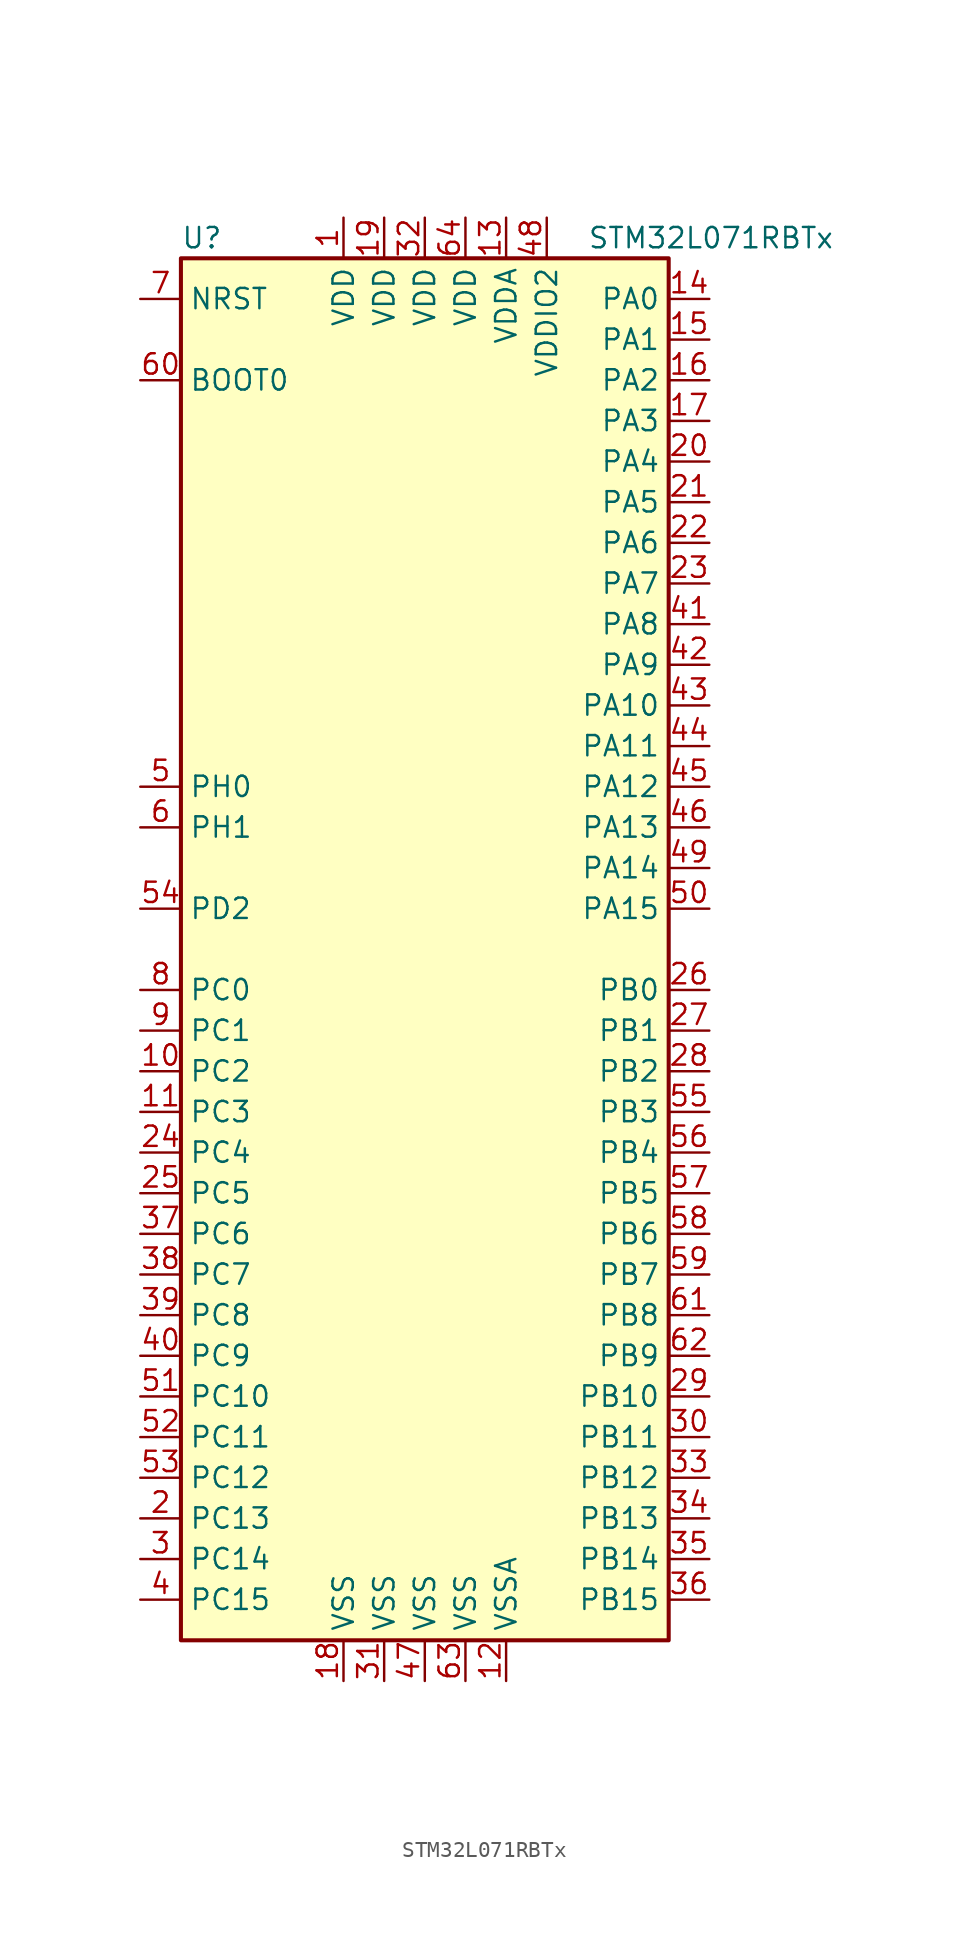
<source format=kicad_sym>
(kicad_symbol_lib
  (version 20211014)
  (generator kicad_symbol_editor)
  (symbol "STM32L071RBTx"
    (property "Reference" "U"
      (at -15.24 44.45 0)
      (effects (font (size 1.27 1.27)) (justify left)))
    (property "Value" "STM32L071RBTx"
      (at 10.16 44.45 0)
      (effects (font (size 1.27 1.27)) (justify left)))
    (symbol "STM32L071RBTx_0_1"
      (rectangle (start -15.24 -43.18) (end 15.24 43.18) (stroke (width 0.254) (type default) (color 0 0 0 0)) (fill (type background))))
    (symbol "STM32L071RBTx_1_1"
      (pin power_in line (at -5.08 45.72 270) (length 2.54) (name "VDD" (effects (font (size 1.27 1.27)))) (number "1" (effects (font (size 1.27 1.27)))))
      (pin bidirectional line (at -17.78 -7.62 0) (length 2.54) (name "PC2" (effects (font (size 1.27 1.27)))) (number "10" (effects (font (size 1.27 1.27)))))
      (pin bidirectional line (at -17.78 -10.16 0) (length 2.54) (name "PC3" (effects (font (size 1.27 1.27)))) (number "11" (effects (font (size 1.27 1.27)))))
      (pin power_in line (at 5.08 -45.72 90) (length 2.54) (name "VSSA" (effects (font (size 1.27 1.27)))) (number "12" (effects (font (size 1.27 1.27)))))
      (pin power_in line (at 5.08 45.72 270) (length 2.54) (name "VDDA" (effects (font (size 1.27 1.27)))) (number "13" (effects (font (size 1.27 1.27)))))
      (pin bidirectional line (at 17.78 40.64 180) (length 2.54) (name "PA0" (effects (font (size 1.27 1.27)))) (number "14" (effects (font (size 1.27 1.27)))))
      (pin bidirectional line (at 17.78 38.1 180) (length 2.54) (name "PA1" (effects (font (size 1.27 1.27)))) (number "15" (effects (font (size 1.27 1.27)))))
      (pin bidirectional line (at 17.78 35.56 180) (length 2.54) (name "PA2" (effects (font (size 1.27 1.27)))) (number "16" (effects (font (size 1.27 1.27)))))
      (pin bidirectional line (at 17.78 33.02 180) (length 2.54) (name "PA3" (effects (font (size 1.27 1.27)))) (number "17" (effects (font (size 1.27 1.27)))))
      (pin power_in line (at -5.08 -45.72 90) (length 2.54) (name "VSS" (effects (font (size 1.27 1.27)))) (number "18" (effects (font (size 1.27 1.27)))))
      (pin power_in line (at -2.54 45.72 270) (length 2.54) (name "VDD" (effects (font (size 1.27 1.27)))) (number "19" (effects (font (size 1.27 1.27)))))
      (pin bidirectional line (at -17.78 -35.56 0) (length 2.54) (name "PC13" (effects (font (size 1.27 1.27)))) (number "2" (effects (font (size 1.27 1.27)))))
      (pin bidirectional line (at 17.78 30.48 180) (length 2.54) (name "PA4" (effects (font (size 1.27 1.27)))) (number "20" (effects (font (size 1.27 1.27)))))
      (pin bidirectional line (at 17.78 27.94 180) (length 2.54) (name "PA5" (effects (font (size 1.27 1.27)))) (number "21" (effects (font (size 1.27 1.27)))))
      (pin bidirectional line (at 17.78 25.4 180) (length 2.54) (name "PA6" (effects (font (size 1.27 1.27)))) (number "22" (effects (font (size 1.27 1.27)))))
      (pin bidirectional line (at 17.78 22.86 180) (length 2.54) (name "PA7" (effects (font (size 1.27 1.27)))) (number "23" (effects (font (size 1.27 1.27)))))
      (pin bidirectional line (at -17.78 -12.7 0) (length 2.54) (name "PC4" (effects (font (size 1.27 1.27)))) (number "24" (effects (font (size 1.27 1.27)))))
      (pin bidirectional line (at -17.78 -15.24 0) (length 2.54) (name "PC5" (effects (font (size 1.27 1.27)))) (number "25" (effects (font (size 1.27 1.27)))))
      (pin bidirectional line (at 17.78 -2.54 180) (length 2.54) (name "PB0" (effects (font (size 1.27 1.27)))) (number "26" (effects (font (size 1.27 1.27)))))
      (pin bidirectional line (at 17.78 -5.08 180) (length 2.54) (name "PB1" (effects (font (size 1.27 1.27)))) (number "27" (effects (font (size 1.27 1.27)))))
      (pin bidirectional line (at 17.78 -7.62 180) (length 2.54) (name "PB2" (effects (font (size 1.27 1.27)))) (number "28" (effects (font (size 1.27 1.27)))))
      (pin bidirectional line (at 17.78 -27.94 180) (length 2.54) (name "PB10" (effects (font (size 1.27 1.27)))) (number "29" (effects (font (size 1.27 1.27)))))
      (pin bidirectional line (at -17.78 -38.1 0) (length 2.54) (name "PC14" (effects (font (size 1.27 1.27)))) (number "3" (effects (font (size 1.27 1.27)))))
      (pin bidirectional line (at 17.78 -30.48 180) (length 2.54) (name "PB11" (effects (font (size 1.27 1.27)))) (number "30" (effects (font (size 1.27 1.27)))))
      (pin power_in line (at -2.54 -45.72 90) (length 2.54) (name "VSS" (effects (font (size 1.27 1.27)))) (number "31" (effects (font (size 1.27 1.27)))))
      (pin power_in line (at 0 45.72 270) (length 2.54) (name "VDD" (effects (font (size 1.27 1.27)))) (number "32" (effects (font (size 1.27 1.27)))))
      (pin bidirectional line (at 17.78 -33.02 180) (length 2.54) (name "PB12" (effects (font (size 1.27 1.27)))) (number "33" (effects (font (size 1.27 1.27)))))
      (pin bidirectional line (at 17.78 -35.56 180) (length 2.54) (name "PB13" (effects (font (size 1.27 1.27)))) (number "34" (effects (font (size 1.27 1.27)))))
      (pin bidirectional line (at 17.78 -38.1 180) (length 2.54) (name "PB14" (effects (font (size 1.27 1.27)))) (number "35" (effects (font (size 1.27 1.27)))))
      (pin bidirectional line (at 17.78 -40.64 180) (length 2.54) (name "PB15" (effects (font (size 1.27 1.27)))) (number "36" (effects (font (size 1.27 1.27)))))
      (pin bidirectional line (at -17.78 -17.78 0) (length 2.54) (name "PC6" (effects (font (size 1.27 1.27)))) (number "37" (effects (font (size 1.27 1.27)))))
      (pin bidirectional line (at -17.78 -20.32 0) (length 2.54) (name "PC7" (effects (font (size 1.27 1.27)))) (number "38" (effects (font (size 1.27 1.27)))))
      (pin bidirectional line (at -17.78 -22.86 0) (length 2.54) (name "PC8" (effects (font (size 1.27 1.27)))) (number "39" (effects (font (size 1.27 1.27)))))
      (pin bidirectional line (at -17.78 -40.64 0) (length 2.54) (name "PC15" (effects (font (size 1.27 1.27)))) (number "4" (effects (font (size 1.27 1.27)))))
      (pin bidirectional line (at -17.78 -25.4 0) (length 2.54) (name "PC9" (effects (font (size 1.27 1.27)))) (number "40" (effects (font (size 1.27 1.27)))))
      (pin bidirectional line (at 17.78 20.32 180) (length 2.54) (name "PA8" (effects (font (size 1.27 1.27)))) (number "41" (effects (font (size 1.27 1.27)))))
      (pin bidirectional line (at 17.78 17.78 180) (length 2.54) (name "PA9" (effects (font (size 1.27 1.27)))) (number "42" (effects (font (size 1.27 1.27)))))
      (pin bidirectional line (at 17.78 15.24 180) (length 2.54) (name "PA10" (effects (font (size 1.27 1.27)))) (number "43" (effects (font (size 1.27 1.27)))))
      (pin bidirectional line (at 17.78 12.7 180) (length 2.54) (name "PA11" (effects (font (size 1.27 1.27)))) (number "44" (effects (font (size 1.27 1.27)))))
      (pin bidirectional line (at 17.78 10.16 180) (length 2.54) (name "PA12" (effects (font (size 1.27 1.27)))) (number "45" (effects (font (size 1.27 1.27)))))
      (pin bidirectional line (at 17.78 7.62 180) (length 2.54) (name "PA13" (effects (font (size 1.27 1.27)))) (number "46" (effects (font (size 1.27 1.27)))))
      (pin power_in line (at 0 -45.72 90) (length 2.54) (name "VSS" (effects (font (size 1.27 1.27)))) (number "47" (effects (font (size 1.27 1.27)))))
      (pin power_in line (at 7.62 45.72 270) (length 2.54) (name "VDDIO2" (effects (font (size 1.27 1.27)))) (number "48" (effects (font (size 1.27 1.27)))))
      (pin bidirectional line (at 17.78 5.08 180) (length 2.54) (name "PA14" (effects (font (size 1.27 1.27)))) (number "49" (effects (font (size 1.27 1.27)))))
      (pin input line (at -17.78 10.16 0) (length 2.54) (name "PH0" (effects (font (size 1.27 1.27)))) (number "5" (effects (font (size 1.27 1.27)))))
      (pin bidirectional line (at 17.78 2.54 180) (length 2.54) (name "PA15" (effects (font (size 1.27 1.27)))) (number "50" (effects (font (size 1.27 1.27)))))
      (pin bidirectional line (at -17.78 -27.94 0) (length 2.54) (name "PC10" (effects (font (size 1.27 1.27)))) (number "51" (effects (font (size 1.27 1.27)))))
      (pin bidirectional line (at -17.78 -30.48 0) (length 2.54) (name "PC11" (effects (font (size 1.27 1.27)))) (number "52" (effects (font (size 1.27 1.27)))))
      (pin bidirectional line (at -17.78 -33.02 0) (length 2.54) (name "PC12" (effects (font (size 1.27 1.27)))) (number "53" (effects (font (size 1.27 1.27)))))
      (pin bidirectional line (at -17.78 2.54 0) (length 2.54) (name "PD2" (effects (font (size 1.27 1.27)))) (number "54" (effects (font (size 1.27 1.27)))))
      (pin bidirectional line (at 17.78 -10.16 180) (length 2.54) (name "PB3" (effects (font (size 1.27 1.27)))) (number "55" (effects (font (size 1.27 1.27)))))
      (pin bidirectional line (at 17.78 -12.7 180) (length 2.54) (name "PB4" (effects (font (size 1.27 1.27)))) (number "56" (effects (font (size 1.27 1.27)))))
      (pin bidirectional line (at 17.78 -15.24 180) (length 2.54) (name "PB5" (effects (font (size 1.27 1.27)))) (number "57" (effects (font (size 1.27 1.27)))))
      (pin bidirectional line (at 17.78 -17.78 180) (length 2.54) (name "PB6" (effects (font (size 1.27 1.27)))) (number "58" (effects (font (size 1.27 1.27)))))
      (pin bidirectional line (at 17.78 -20.32 180) (length 2.54) (name "PB7" (effects (font (size 1.27 1.27)))) (number "59" (effects (font (size 1.27 1.27)))))
      (pin input line (at -17.78 7.62 0) (length 2.54) (name "PH1" (effects (font (size 1.27 1.27)))) (number "6" (effects (font (size 1.27 1.27)))))
      (pin input line (at -17.78 35.56 0) (length 2.54) (name "BOOT0" (effects (font (size 1.27 1.27)))) (number "60" (effects (font (size 1.27 1.27)))))
      (pin bidirectional line (at 17.78 -22.86 180) (length 2.54) (name "PB8" (effects (font (size 1.27 1.27)))) (number "61" (effects (font (size 1.27 1.27)))))
      (pin bidirectional line (at 17.78 -25.4 180) (length 2.54) (name "PB9" (effects (font (size 1.27 1.27)))) (number "62" (effects (font (size 1.27 1.27)))))
      (pin power_in line (at 2.54 -45.72 90) (length 2.54) (name "VSS" (effects (font (size 1.27 1.27)))) (number "63" (effects (font (size 1.27 1.27)))))
      (pin power_in line (at 2.54 45.72 270) (length 2.54) (name "VDD" (effects (font (size 1.27 1.27)))) (number "64" (effects (font (size 1.27 1.27)))))
      (pin input line (at -17.78 40.64 0) (length 2.54) (name "NRST" (effects (font (size 1.27 1.27)))) (number "7" (effects (font (size 1.27 1.27)))))
      (pin bidirectional line (at -17.78 -2.54 0) (length 2.54) (name "PC0" (effects (font (size 1.27 1.27)))) (number "8" (effects (font (size 1.27 1.27)))))
      (pin bidirectional line (at -17.78 -5.08 0) (length 2.54) (name "PC1" (effects (font (size 1.27 1.27)))) (number "9" (effects (font (size 1.27 1.27))))))))
</source>
